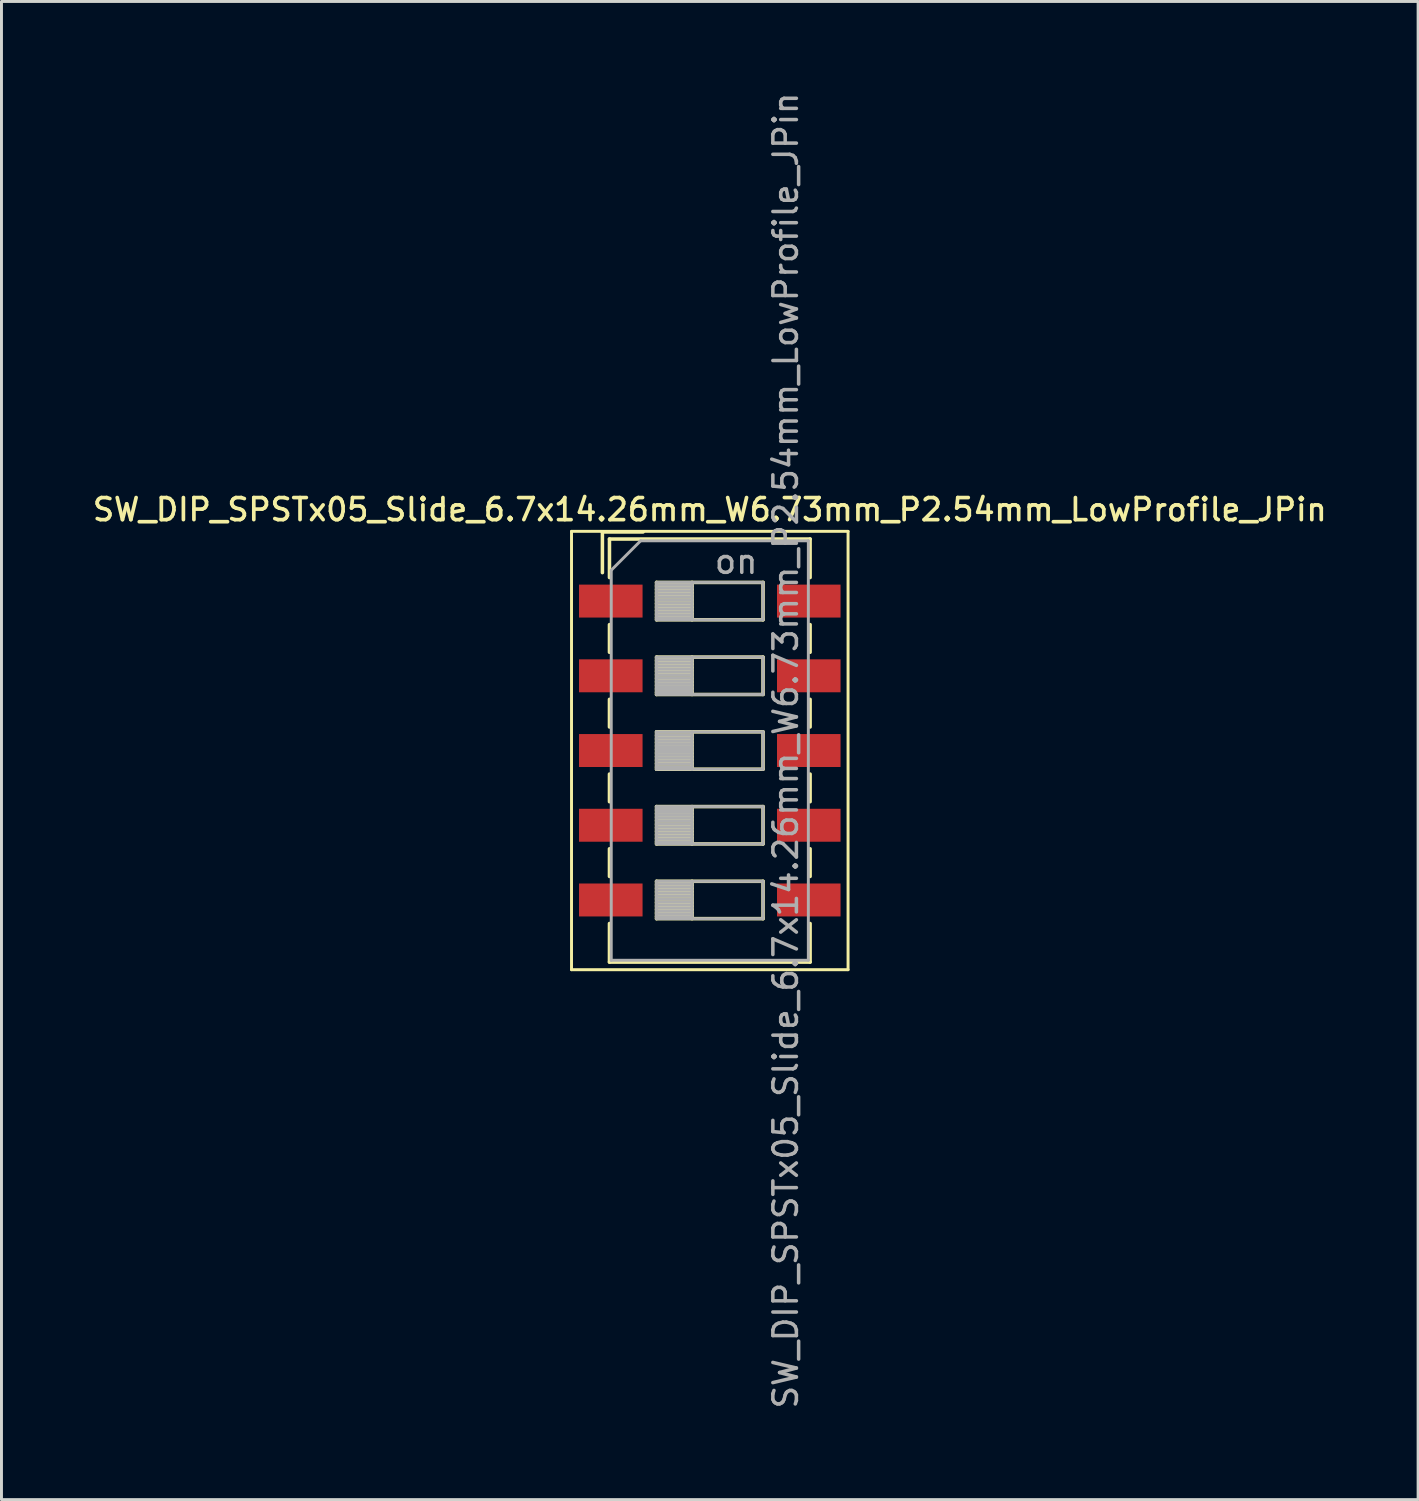
<source format=kicad_pcb>
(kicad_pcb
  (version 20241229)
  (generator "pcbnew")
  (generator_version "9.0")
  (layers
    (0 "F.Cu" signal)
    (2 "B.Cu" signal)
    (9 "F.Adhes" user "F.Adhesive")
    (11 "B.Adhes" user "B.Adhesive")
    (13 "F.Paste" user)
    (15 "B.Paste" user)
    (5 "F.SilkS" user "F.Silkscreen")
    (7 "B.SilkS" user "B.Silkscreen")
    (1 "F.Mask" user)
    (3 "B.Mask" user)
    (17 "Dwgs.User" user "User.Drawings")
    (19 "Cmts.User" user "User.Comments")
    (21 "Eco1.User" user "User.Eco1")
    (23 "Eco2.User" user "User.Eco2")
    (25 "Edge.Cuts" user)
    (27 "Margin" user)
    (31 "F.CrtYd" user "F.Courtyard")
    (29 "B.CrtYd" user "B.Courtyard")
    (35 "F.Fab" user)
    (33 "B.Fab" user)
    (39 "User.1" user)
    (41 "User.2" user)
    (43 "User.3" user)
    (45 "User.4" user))
  (footprint "SW_DIP_SPSTx05_Slide_6.7x14.26mm_W6.73mm_P2.54mm_LowProfile_JPin"
    (layer "F.Cu")
    (at 21.077 22.462)
    (property "Reference" "SW_DIP_SPSTx05_Slide_6.7x14.26mm_W6.73mm_P2.54mm_LowProfile_JPin" (at 0 -8.19 0) (layer "F.SilkS") (effects (font (size 0.75 0.75) (thickness 0.125))))
    (attr smd)
    (fp_line (start -4.7 -7.45) (end -4.7 7.45) (stroke (width 0.1) (type solid)) (layer "F.SilkS"))
    (fp_line (start -4.7 7.45) (end 4.7 7.45) (stroke (width 0.1) (type solid)) (layer "F.SilkS"))
    (fp_line (start -3.65 -7.43) (end -3.65 -6.047) (stroke (width 0.12) (type solid)) (layer "F.SilkS"))
    (fp_line (start -3.65 -7.43) (end -2.267 -7.43) (stroke (width 0.12) (type solid)) (layer "F.SilkS"))
    (fp_line (start -3.41 -7.19) (end -3.41 -5.88) (stroke (width 0.12) (type solid)) (layer "F.SilkS"))
    (fp_line (start -3.41 -7.19) (end 3.41 -7.19) (stroke (width 0.12) (type solid)) (layer "F.SilkS"))
    (fp_line (start -3.41 -4.28) (end -3.41 -3.34) (stroke (width 0.12) (type solid)) (layer "F.SilkS"))
    (fp_line (start -3.41 -1.74) (end -3.41 -0.8) (stroke (width 0.12) (type solid)) (layer "F.SilkS"))
    (fp_line (start -3.41 0.8) (end -3.41 1.74) (stroke (width 0.12) (type solid)) (layer "F.SilkS"))
    (fp_line (start -3.41 3.34) (end -3.41 4.28) (stroke (width 0.12) (type solid)) (layer "F.SilkS"))
    (fp_line (start -3.41 5.88) (end -3.41 7.191) (stroke (width 0.12) (type solid)) (layer "F.SilkS"))
    (fp_line (start -3.41 7.191) (end 3.41 7.191) (stroke (width 0.12) (type solid)) (layer "F.SilkS"))
    (fp_line (start -1.81 -5.715) (end -1.81 -4.445) (stroke (width 0.12) (type solid)) (layer "F.SilkS"))
    (fp_line (start -1.81 -5.595) (end -0.603 -5.595) (stroke (width 0.12) (type solid)) (layer "F.SilkS"))
    (fp_line (start -1.81 -5.475) (end -0.603 -5.475) (stroke (width 0.12) (type solid)) (layer "F.SilkS"))
    (fp_line (start -1.81 -5.355) (end -0.603 -5.355) (stroke (width 0.12) (type solid)) (layer "F.SilkS"))
    (fp_line (start -1.81 -5.235) (end -0.603 -5.235) (stroke (width 0.12) (type solid)) (layer "F.SilkS"))
    (fp_line (start -1.81 -5.115) (end -0.603 -5.115) (stroke (width 0.12) (type solid)) (layer "F.SilkS"))
    (fp_line (start -1.81 -4.995) (end -0.603 -4.995) (stroke (width 0.12) (type solid)) (layer "F.SilkS"))
    (fp_line (start -1.81 -4.875) (end -0.603 -4.875) (stroke (width 0.12) (type solid)) (layer "F.SilkS"))
    (fp_line (start -1.81 -4.755) (end -0.603 -4.755) (stroke (width 0.12) (type solid)) (layer "F.SilkS"))
    (fp_line (start -1.81 -4.635) (end -0.603 -4.635) (stroke (width 0.12) (type solid)) (layer "F.SilkS"))
    (fp_line (start -1.81 -4.515) (end -0.603 -4.515) (stroke (width 0.12) (type solid)) (layer "F.SilkS"))
    (fp_line (start -1.81 -4.445) (end 1.81 -4.445) (stroke (width 0.12) (type solid)) (layer "F.SilkS"))
    (fp_line (start -1.81 -3.175) (end -1.81 -1.905) (stroke (width 0.12) (type solid)) (layer "F.SilkS"))
    (fp_line (start -1.81 -3.055) (end -0.603 -3.055) (stroke (width 0.12) (type solid)) (layer "F.SilkS"))
    (fp_line (start -1.81 -2.935) (end -0.603 -2.935) (stroke (width 0.12) (type solid)) (layer "F.SilkS"))
    (fp_line (start -1.81 -2.815) (end -0.603 -2.815) (stroke (width 0.12) (type solid)) (layer "F.SilkS"))
    (fp_line (start -1.81 -2.695) (end -0.603 -2.695) (stroke (width 0.12) (type solid)) (layer "F.SilkS"))
    (fp_line (start -1.81 -2.575) (end -0.603 -2.575) (stroke (width 0.12) (type solid)) (layer "F.SilkS"))
    (fp_line (start -1.81 -2.455) (end -0.603 -2.455) (stroke (width 0.12) (type solid)) (layer "F.SilkS"))
    (fp_line (start -1.81 -2.335) (end -0.603 -2.335) (stroke (width 0.12) (type solid)) (layer "F.SilkS"))
    (fp_line (start -1.81 -2.215) (end -0.603 -2.215) (stroke (width 0.12) (type solid)) (layer "F.SilkS"))
    (fp_line (start -1.81 -2.095) (end -0.603 -2.095) (stroke (width 0.12) (type solid)) (layer "F.SilkS"))
    (fp_line (start -1.81 -1.975) (end -0.603 -1.975) (stroke (width 0.12) (type solid)) (layer "F.SilkS"))
    (fp_line (start -1.81 -1.905) (end 1.81 -1.905) (stroke (width 0.12) (type solid)) (layer "F.SilkS"))
    (fp_line (start -1.81 -0.635) (end -1.81 0.635) (stroke (width 0.12) (type solid)) (layer "F.SilkS"))
    (fp_line (start -1.81 -0.515) (end -0.603 -0.515) (stroke (width 0.12) (type solid)) (layer "F.SilkS"))
    (fp_line (start -1.81 -0.395) (end -0.603 -0.395) (stroke (width 0.12) (type solid)) (layer "F.SilkS"))
    (fp_line (start -1.81 -0.275) (end -0.603 -0.275) (stroke (width 0.12) (type solid)) (layer "F.SilkS"))
    (fp_line (start -1.81 -0.155) (end -0.603 -0.155) (stroke (width 0.12) (type solid)) (layer "F.SilkS"))
    (fp_line (start -1.81 -0.035) (end -0.603 -0.035) (stroke (width 0.12) (type solid)) (layer "F.SilkS"))
    (fp_line (start -1.81 0.085) (end -0.603 0.085) (stroke (width 0.12) (type solid)) (layer "F.SilkS"))
    (fp_line (start -1.81 0.205) (end -0.603 0.205) (stroke (width 0.12) (type solid)) (layer "F.SilkS"))
    (fp_line (start -1.81 0.325) (end -0.603 0.325) (stroke (width 0.12) (type solid)) (layer "F.SilkS"))
    (fp_line (start -1.81 0.445) (end -0.603 0.445) (stroke (width 0.12) (type solid)) (layer "F.SilkS"))
    (fp_line (start -1.81 0.565) (end -0.603 0.565) (stroke (width 0.12) (type solid)) (layer "F.SilkS"))
    (fp_line (start -1.81 0.635) (end 1.81 0.635) (stroke (width 0.12) (type solid)) (layer "F.SilkS"))
    (fp_line (start -1.81 1.905) (end -1.81 3.175) (stroke (width 0.12) (type solid)) (layer "F.SilkS"))
    (fp_line (start -1.81 2.025) (end -0.603 2.025) (stroke (width 0.12) (type solid)) (layer "F.SilkS"))
    (fp_line (start -1.81 2.145) (end -0.603 2.145) (stroke (width 0.12) (type solid)) (layer "F.SilkS"))
    (fp_line (start -1.81 2.265) (end -0.603 2.265) (stroke (width 0.12) (type solid)) (layer "F.SilkS"))
    (fp_line (start -1.81 2.385) (end -0.603 2.385) (stroke (width 0.12) (type solid)) (layer "F.SilkS"))
    (fp_line (start -1.81 2.505) (end -0.603 2.505) (stroke (width 0.12) (type solid)) (layer "F.SilkS"))
    (fp_line (start -1.81 2.625) (end -0.603 2.625) (stroke (width 0.12) (type solid)) (layer "F.SilkS"))
    (fp_line (start -1.81 2.745) (end -0.603 2.745) (stroke (width 0.12) (type solid)) (layer "F.SilkS"))
    (fp_line (start -1.81 2.865) (end -0.603 2.865) (stroke (width 0.12) (type solid)) (layer "F.SilkS"))
    (fp_line (start -1.81 2.985) (end -0.603 2.985) (stroke (width 0.12) (type solid)) (layer "F.SilkS"))
    (fp_line (start -1.81 3.105) (end -0.603 3.105) (stroke (width 0.12) (type solid)) (layer "F.SilkS"))
    (fp_line (start -1.81 3.175) (end 1.81 3.175) (stroke (width 0.12) (type solid)) (layer "F.SilkS"))
    (fp_line (start -1.81 4.445) (end -1.81 5.715) (stroke (width 0.12) (type solid)) (layer "F.SilkS"))
    (fp_line (start -1.81 4.565) (end -0.603 4.565) (stroke (width 0.12) (type solid)) (layer "F.SilkS"))
    (fp_line (start -1.81 4.685) (end -0.603 4.685) (stroke (width 0.12) (type solid)) (layer "F.SilkS"))
    (fp_line (start -1.81 4.805) (end -0.603 4.805) (stroke (width 0.12) (type solid)) (layer "F.SilkS"))
    (fp_line (start -1.81 4.925) (end -0.603 4.925) (stroke (width 0.12) (type solid)) (layer "F.SilkS"))
    (fp_line (start -1.81 5.045) (end -0.603 5.045) (stroke (width 0.12) (type solid)) (layer "F.SilkS"))
    (fp_line (start -1.81 5.165) (end -0.603 5.165) (stroke (width 0.12) (type solid)) (layer "F.SilkS"))
    (fp_line (start -1.81 5.285) (end -0.603 5.285) (stroke (width 0.12) (type solid)) (layer "F.SilkS"))
    (fp_line (start -1.81 5.405) (end -0.603 5.405) (stroke (width 0.12) (type solid)) (layer "F.SilkS"))
    (fp_line (start -1.81 5.525) (end -0.603 5.525) (stroke (width 0.12) (type solid)) (layer "F.SilkS"))
    (fp_line (start -1.81 5.645) (end -0.603 5.645) (stroke (width 0.12) (type solid)) (layer "F.SilkS"))
    (fp_line (start -1.81 5.715) (end 1.81 5.715) (stroke (width 0.12) (type solid)) (layer "F.SilkS"))
    (fp_line (start -0.603 -5.715) (end -0.603 -4.445) (stroke (width 0.12) (type solid)) (layer "F.SilkS"))
    (fp_line (start -0.603 -3.175) (end -0.603 -1.905) (stroke (width 0.12) (type solid)) (layer "F.SilkS"))
    (fp_line (start -0.603 -0.635) (end -0.603 0.635) (stroke (width 0.12) (type solid)) (layer "F.SilkS"))
    (fp_line (start -0.603 1.905) (end -0.603 3.175) (stroke (width 0.12) (type solid)) (layer "F.SilkS"))
    (fp_line (start -0.603 4.445) (end -0.603 5.715) (stroke (width 0.12) (type solid)) (layer "F.SilkS"))
    (fp_line (start 1.81 -5.715) (end -1.81 -5.715) (stroke (width 0.12) (type solid)) (layer "F.SilkS"))
    (fp_line (start 1.81 -4.445) (end 1.81 -5.715) (stroke (width 0.12) (type solid)) (layer "F.SilkS"))
    (fp_line (start 1.81 -3.175) (end -1.81 -3.175) (stroke (width 0.12) (type solid)) (layer "F.SilkS"))
    (fp_line (start 1.81 -1.905) (end 1.81 -3.175) (stroke (width 0.12) (type solid)) (layer "F.SilkS"))
    (fp_line (start 1.81 -0.635) (end -1.81 -0.635) (stroke (width 0.12) (type solid)) (layer "F.SilkS"))
    (fp_line (start 1.81 0.635) (end 1.81 -0.635) (stroke (width 0.12) (type solid)) (layer "F.SilkS"))
    (fp_line (start 1.81 1.905) (end -1.81 1.905) (stroke (width 0.12) (type solid)) (layer "F.SilkS"))
    (fp_line (start 1.81 3.175) (end 1.81 1.905) (stroke (width 0.12) (type solid)) (layer "F.SilkS"))
    (fp_line (start 1.81 4.445) (end -1.81 4.445) (stroke (width 0.12) (type solid)) (layer "F.SilkS"))
    (fp_line (start 1.81 5.715) (end 1.81 4.445) (stroke (width 0.12) (type solid)) (layer "F.SilkS"))
    (fp_line (start 3.41 -7.19) (end 3.41 -5.88) (stroke (width 0.12) (type solid)) (layer "F.SilkS"))
    (fp_line (start 3.41 -4.28) (end 3.41 -3.34) (stroke (width 0.12) (type solid)) (layer "F.SilkS"))
    (fp_line (start 3.41 -1.74) (end 3.41 -0.8) (stroke (width 0.12) (type solid)) (layer "F.SilkS"))
    (fp_line (start 3.41 0.8) (end 3.41 1.74) (stroke (width 0.12) (type solid)) (layer "F.SilkS"))
    (fp_line (start 3.41 3.34) (end 3.41 4.28) (stroke (width 0.12) (type solid)) (layer "F.SilkS"))
    (fp_line (start 3.41 5.88) (end 3.41 7.191) (stroke (width 0.12) (type solid)) (layer "F.SilkS"))
    (fp_line (start 4.7 -7.45) (end -4.7 -7.45) (stroke (width 0.1) (type solid)) (layer "F.SilkS"))
    (fp_line (start 4.7 7.45) (end 4.7 -7.45) (stroke (width 0.1) (type solid)) (layer "F.SilkS"))
    (fp_line (start -3.35 -6.13) (end -2.35 -7.13) (stroke (width 0.1) (type solid)) (layer "F.Fab"))
    (fp_line (start -3.35 7.13) (end -3.35 -6.13) (stroke (width 0.1) (type solid)) (layer "F.Fab"))
    (fp_line (start -2.35 -7.13) (end 3.35 -7.13) (stroke (width 0.1) (type solid)) (layer "F.Fab"))
    (fp_line (start -1.81 -5.715) (end -1.81 -4.445) (stroke (width 0.1) (type solid)) (layer "F.Fab"))
    (fp_line (start -1.81 -5.615) (end -0.603 -5.615) (stroke (width 0.1) (type solid)) (layer "F.Fab"))
    (fp_line (start -1.81 -5.515) (end -0.603 -5.515) (stroke (width 0.1) (type solid)) (layer "F.Fab"))
    (fp_line (start -1.81 -5.415) (end -0.603 -5.415) (stroke (width 0.1) (type solid)) (layer "F.Fab"))
    (fp_line (start -1.81 -5.315) (end -0.603 -5.315) (stroke (width 0.1) (type solid)) (layer "F.Fab"))
    (fp_line (start -1.81 -5.215) (end -0.603 -5.215) (stroke (width 0.1) (type solid)) (layer "F.Fab"))
    (fp_line (start -1.81 -5.115) (end -0.603 -5.115) (stroke (width 0.1) (type solid)) (layer "F.Fab"))
    (fp_line (start -1.81 -5.015) (end -0.603 -5.015) (stroke (width 0.1) (type solid)) (layer "F.Fab"))
    (fp_line (start -1.81 -4.915) (end -0.603 -4.915) (stroke (width 0.1) (type solid)) (layer "F.Fab"))
    (fp_line (start -1.81 -4.815) (end -0.603 -4.815) (stroke (width 0.1) (type solid)) (layer "F.Fab"))
    (fp_line (start -1.81 -4.715) (end -0.603 -4.715) (stroke (width 0.1) (type solid)) (layer "F.Fab"))
    (fp_line (start -1.81 -4.615) (end -0.603 -4.615) (stroke (width 0.1) (type solid)) (layer "F.Fab"))
    (fp_line (start -1.81 -4.515) (end -0.603 -4.515) (stroke (width 0.1) (type solid)) (layer "F.Fab"))
    (fp_line (start -1.81 -4.445) (end 1.81 -4.445) (stroke (width 0.1) (type solid)) (layer "F.Fab"))
    (fp_line (start -1.81 -3.175) (end -1.81 -1.905) (stroke (width 0.1) (type solid)) (layer "F.Fab"))
    (fp_line (start -1.81 -3.075) (end -0.603 -3.075) (stroke (width 0.1) (type solid)) (layer "F.Fab"))
    (fp_line (start -1.81 -2.975) (end -0.603 -2.975) (stroke (width 0.1) (type solid)) (layer "F.Fab"))
    (fp_line (start -1.81 -2.875) (end -0.603 -2.875) (stroke (width 0.1) (type solid)) (layer "F.Fab"))
    (fp_line (start -1.81 -2.775) (end -0.603 -2.775) (stroke (width 0.1) (type solid)) (layer "F.Fab"))
    (fp_line (start -1.81 -2.675) (end -0.603 -2.675) (stroke (width 0.1) (type solid)) (layer "F.Fab"))
    (fp_line (start -1.81 -2.575) (end -0.603 -2.575) (stroke (width 0.1) (type solid)) (layer "F.Fab"))
    (fp_line (start -1.81 -2.475) (end -0.603 -2.475) (stroke (width 0.1) (type solid)) (layer "F.Fab"))
    (fp_line (start -1.81 -2.375) (end -0.603 -2.375) (stroke (width 0.1) (type solid)) (layer "F.Fab"))
    (fp_line (start -1.81 -2.275) (end -0.603 -2.275) (stroke (width 0.1) (type solid)) (layer "F.Fab"))
    (fp_line (start -1.81 -2.175) (end -0.603 -2.175) (stroke (width 0.1) (type solid)) (layer "F.Fab"))
    (fp_line (start -1.81 -2.075) (end -0.603 -2.075) (stroke (width 0.1) (type solid)) (layer "F.Fab"))
    (fp_line (start -1.81 -1.975) (end -0.603 -1.975) (stroke (width 0.1) (type solid)) (layer "F.Fab"))
    (fp_line (start -1.81 -1.905) (end 1.81 -1.905) (stroke (width 0.1) (type solid)) (layer "F.Fab"))
    (fp_line (start -1.81 -0.635) (end -1.81 0.635) (stroke (width 0.1) (type solid)) (layer "F.Fab"))
    (fp_line (start -1.81 -0.535) (end -0.603 -0.535) (stroke (width 0.1) (type solid)) (layer "F.Fab"))
    (fp_line (start -1.81 -0.435) (end -0.603 -0.435) (stroke (width 0.1) (type solid)) (layer "F.Fab"))
    (fp_line (start -1.81 -0.335) (end -0.603 -0.335) (stroke (width 0.1) (type solid)) (layer "F.Fab"))
    (fp_line (start -1.81 -0.235) (end -0.603 -0.235) (stroke (width 0.1) (type solid)) (layer "F.Fab"))
    (fp_line (start -1.81 -0.135) (end -0.603 -0.135) (stroke (width 0.1) (type solid)) (layer "F.Fab"))
    (fp_line (start -1.81 -0.035) (end -0.603 -0.035) (stroke (width 0.1) (type solid)) (layer "F.Fab"))
    (fp_line (start -1.81 0.065) (end -0.603 0.065) (stroke (width 0.1) (type solid)) (layer "F.Fab"))
    (fp_line (start -1.81 0.165) (end -0.603 0.165) (stroke (width 0.1) (type solid)) (layer "F.Fab"))
    (fp_line (start -1.81 0.265) (end -0.603 0.265) (stroke (width 0.1) (type solid)) (layer "F.Fab"))
    (fp_line (start -1.81 0.365) (end -0.603 0.365) (stroke (width 0.1) (type solid)) (layer "F.Fab"))
    (fp_line (start -1.81 0.465) (end -0.603 0.465) (stroke (width 0.1) (type solid)) (layer "F.Fab"))
    (fp_line (start -1.81 0.565) (end -0.603 0.565) (stroke (width 0.1) (type solid)) (layer "F.Fab"))
    (fp_line (start -1.81 0.635) (end 1.81 0.635) (stroke (width 0.1) (type solid)) (layer "F.Fab"))
    (fp_line (start -1.81 1.905) (end -1.81 3.175) (stroke (width 0.1) (type solid)) (layer "F.Fab"))
    (fp_line (start -1.81 2.005) (end -0.603 2.005) (stroke (width 0.1) (type solid)) (layer "F.Fab"))
    (fp_line (start -1.81 2.105) (end -0.603 2.105) (stroke (width 0.1) (type solid)) (layer "F.Fab"))
    (fp_line (start -1.81 2.205) (end -0.603 2.205) (stroke (width 0.1) (type solid)) (layer "F.Fab"))
    (fp_line (start -1.81 2.305) (end -0.603 2.305) (stroke (width 0.1) (type solid)) (layer "F.Fab"))
    (fp_line (start -1.81 2.405) (end -0.603 2.405) (stroke (width 0.1) (type solid)) (layer "F.Fab"))
    (fp_line (start -1.81 2.505) (end -0.603 2.505) (stroke (width 0.1) (type solid)) (layer "F.Fab"))
    (fp_line (start -1.81 2.605) (end -0.603 2.605) (stroke (width 0.1) (type solid)) (layer "F.Fab"))
    (fp_line (start -1.81 2.705) (end -0.603 2.705) (stroke (width 0.1) (type solid)) (layer "F.Fab"))
    (fp_line (start -1.81 2.805) (end -0.603 2.805) (stroke (width 0.1) (type solid)) (layer "F.Fab"))
    (fp_line (start -1.81 2.905) (end -0.603 2.905) (stroke (width 0.1) (type solid)) (layer "F.Fab"))
    (fp_line (start -1.81 3.005) (end -0.603 3.005) (stroke (width 0.1) (type solid)) (layer "F.Fab"))
    (fp_line (start -1.81 3.105) (end -0.603 3.105) (stroke (width 0.1) (type solid)) (layer "F.Fab"))
    (fp_line (start -1.81 3.175) (end 1.81 3.175) (stroke (width 0.1) (type solid)) (layer "F.Fab"))
    (fp_line (start -1.81 4.445) (end -1.81 5.715) (stroke (width 0.1) (type solid)) (layer "F.Fab"))
    (fp_line (start -1.81 4.545) (end -0.603 4.545) (stroke (width 0.1) (type solid)) (layer "F.Fab"))
    (fp_line (start -1.81 4.645) (end -0.603 4.645) (stroke (width 0.1) (type solid)) (layer "F.Fab"))
    (fp_line (start -1.81 4.745) (end -0.603 4.745) (stroke (width 0.1) (type solid)) (layer "F.Fab"))
    (fp_line (start -1.81 4.845) (end -0.603 4.845) (stroke (width 0.1) (type solid)) (layer "F.Fab"))
    (fp_line (start -1.81 4.945) (end -0.603 4.945) (stroke (width 0.1) (type solid)) (layer "F.Fab"))
    (fp_line (start -1.81 5.045) (end -0.603 5.045) (stroke (width 0.1) (type solid)) (layer "F.Fab"))
    (fp_line (start -1.81 5.145) (end -0.603 5.145) (stroke (width 0.1) (type solid)) (layer "F.Fab"))
    (fp_line (start -1.81 5.245) (end -0.603 5.245) (stroke (width 0.1) (type solid)) (layer "F.Fab"))
    (fp_line (start -1.81 5.345) (end -0.603 5.345) (stroke (width 0.1) (type solid)) (layer "F.Fab"))
    (fp_line (start -1.81 5.445) (end -0.603 5.445) (stroke (width 0.1) (type solid)) (layer "F.Fab"))
    (fp_line (start -1.81 5.545) (end -0.603 5.545) (stroke (width 0.1) (type solid)) (layer "F.Fab"))
    (fp_line (start -1.81 5.645) (end -0.603 5.645) (stroke (width 0.1) (type solid)) (layer "F.Fab"))
    (fp_line (start -1.81 5.715) (end 1.81 5.715) (stroke (width 0.1) (type solid)) (layer "F.Fab"))
    (fp_line (start -0.603 -5.715) (end -0.603 -4.445) (stroke (width 0.1) (type solid)) (layer "F.Fab"))
    (fp_line (start -0.603 -3.175) (end -0.603 -1.905) (stroke (width 0.1) (type solid)) (layer "F.Fab"))
    (fp_line (start -0.603 -0.635) (end -0.603 0.635) (stroke (width 0.1) (type solid)) (layer "F.Fab"))
    (fp_line (start -0.603 1.905) (end -0.603 3.175) (stroke (width 0.1) (type solid)) (layer "F.Fab"))
    (fp_line (start -0.603 4.445) (end -0.603 5.715) (stroke (width 0.1) (type solid)) (layer "F.Fab"))
    (fp_line (start 1.81 -5.715) (end -1.81 -5.715) (stroke (width 0.1) (type solid)) (layer "F.Fab"))
    (fp_line (start 1.81 -4.445) (end 1.81 -5.715) (stroke (width 0.1) (type solid)) (layer "F.Fab"))
    (fp_line (start 1.81 -3.175) (end -1.81 -3.175) (stroke (width 0.1) (type solid)) (layer "F.Fab"))
    (fp_line (start 1.81 -1.905) (end 1.81 -3.175) (stroke (width 0.1) (type solid)) (layer "F.Fab"))
    (fp_line (start 1.81 -0.635) (end -1.81 -0.635) (stroke (width 0.1) (type solid)) (layer "F.Fab"))
    (fp_line (start 1.81 0.635) (end 1.81 -0.635) (stroke (width 0.1) (type solid)) (layer "F.Fab"))
    (fp_line (start 1.81 1.905) (end -1.81 1.905) (stroke (width 0.1) (type solid)) (layer "F.Fab"))
    (fp_line (start 1.81 3.175) (end 1.81 1.905) (stroke (width 0.1) (type solid)) (layer "F.Fab"))
    (fp_line (start 1.81 4.445) (end -1.81 4.445) (stroke (width 0.1) (type solid)) (layer "F.Fab"))
    (fp_line (start 1.81 5.715) (end 1.81 4.445) (stroke (width 0.1) (type solid)) (layer "F.Fab"))
    (fp_line (start 3.35 -7.13) (end 3.35 7.13) (stroke (width 0.1) (type solid)) (layer "F.Fab"))
    (fp_line (start 3.35 7.13) (end -3.35 7.13) (stroke (width 0.1) (type solid)) (layer "F.Fab"))
    (fp_text user "on" (at 0.897 -6.423 0) (layer "F.Fab") (effects (font (size 0.8 0.8) (thickness 0.12))))
    (fp_text user "${REFERENCE}" (at 2.58 0 90) (layer "F.Fab") (effects (font (size 0.8 0.8) (thickness 0.12))))
    (pad "1" smd rect (at -3.365 -5.08) (size 2.16 1.12) (layers "F.Cu" "F.Mask" "F.Paste"))
    (pad "2" smd rect (at -3.365 -2.54) (size 2.16 1.12) (layers "F.Cu" "F.Mask" "F.Paste"))
    (pad "3" smd rect (at -3.365 0) (size 2.16 1.12) (layers "F.Cu" "F.Mask" "F.Paste"))
    (pad "4" smd rect (at -3.365 2.54) (size 2.16 1.12) (layers "F.Cu" "F.Mask" "F.Paste"))
    (pad "5" smd rect (at -3.365 5.08) (size 2.16 1.12) (layers "F.Cu" "F.Mask" "F.Paste"))
    (pad "6" smd rect (at 3.365 5.08) (size 2.16 1.12) (layers "F.Cu" "F.Mask" "F.Paste"))
    (pad "7" smd rect (at 3.365 2.54) (size 2.16 1.12) (layers "F.Cu" "F.Mask" "F.Paste"))
    (pad "8" smd rect (at 3.365 0) (size 2.16 1.12) (layers "F.Cu" "F.Mask" "F.Paste"))
    (pad "9" smd rect (at 3.365 -2.54) (size 2.16 1.12) (layers "F.Cu" "F.Mask" "F.Paste"))
    (pad "10" smd rect (at 3.365 -5.08) (size 2.16 1.12) (layers "F.Cu" "F.Mask" "F.Paste")))
  (gr_rect
    (start -3 -3)
    (end 45.154 47.924)
    (stroke (width 0.1) (type default))
    (fill no)
    (layer "Edge.Cuts")))
</source>
